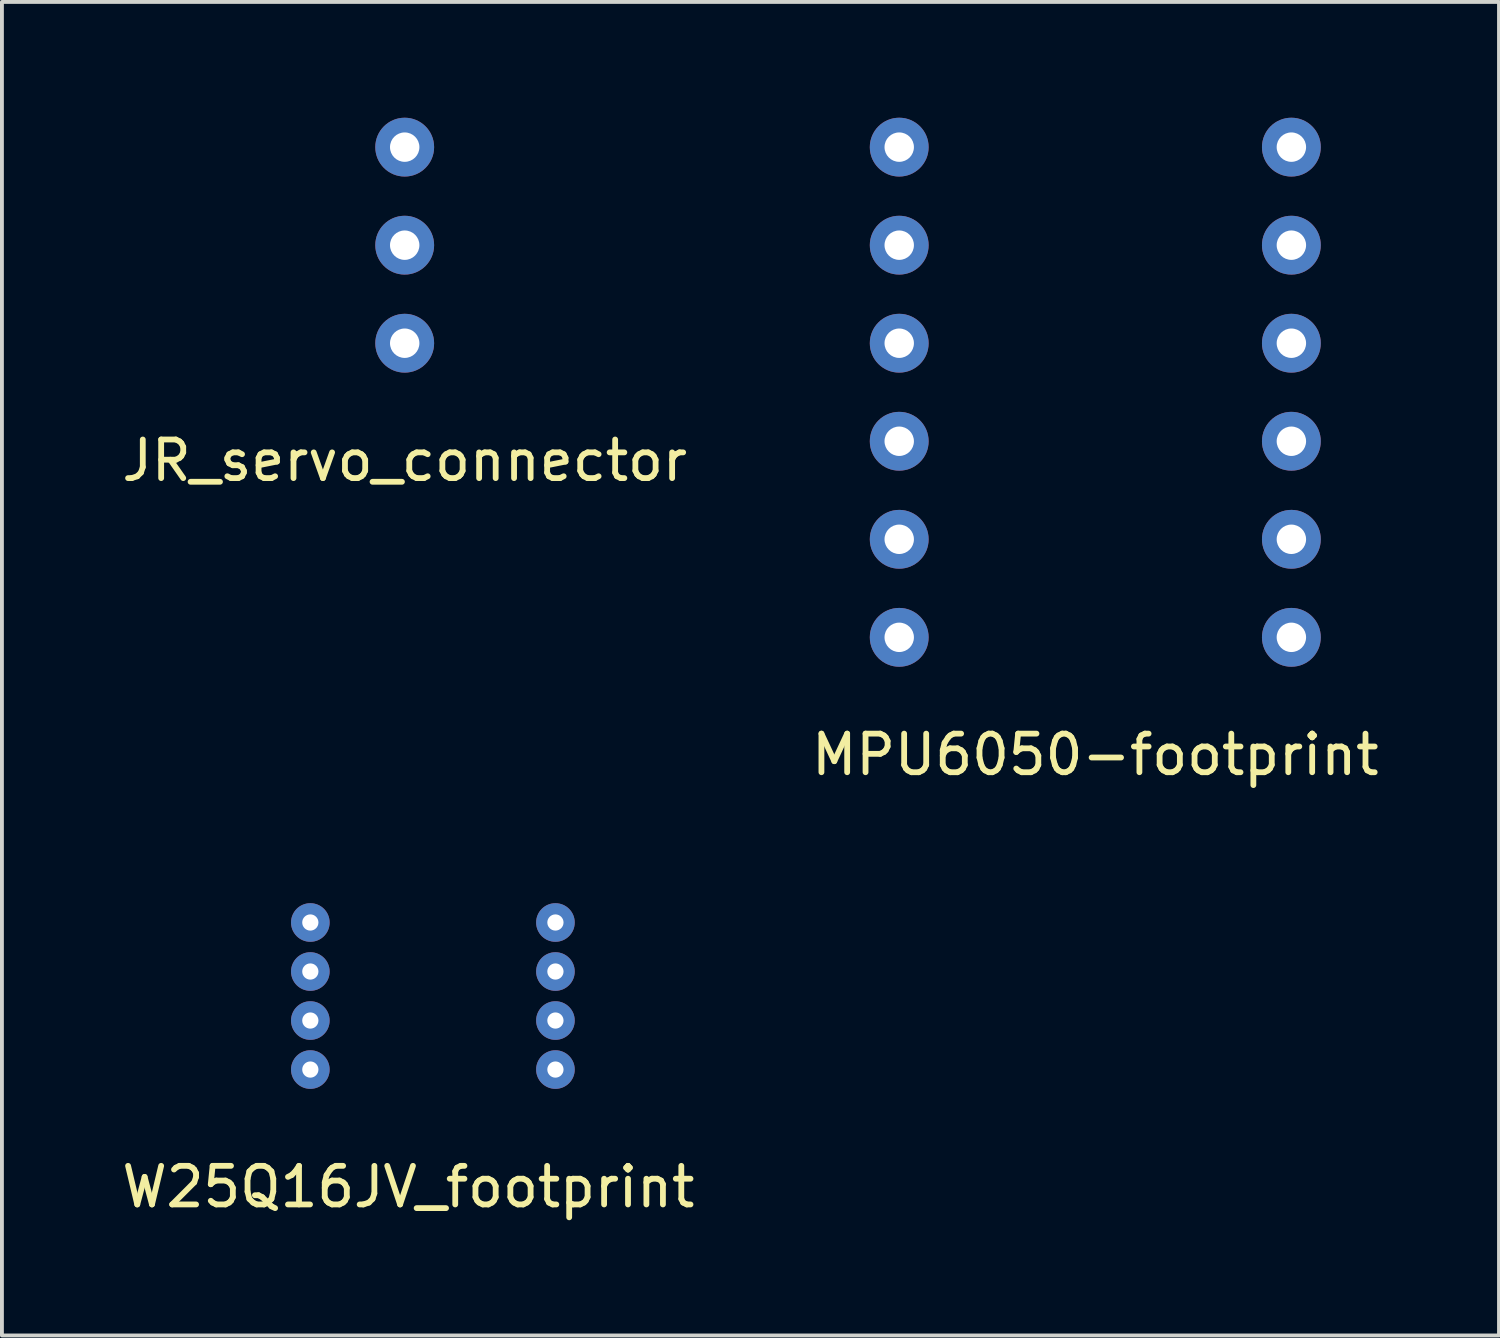
<source format=kicad_pcb>
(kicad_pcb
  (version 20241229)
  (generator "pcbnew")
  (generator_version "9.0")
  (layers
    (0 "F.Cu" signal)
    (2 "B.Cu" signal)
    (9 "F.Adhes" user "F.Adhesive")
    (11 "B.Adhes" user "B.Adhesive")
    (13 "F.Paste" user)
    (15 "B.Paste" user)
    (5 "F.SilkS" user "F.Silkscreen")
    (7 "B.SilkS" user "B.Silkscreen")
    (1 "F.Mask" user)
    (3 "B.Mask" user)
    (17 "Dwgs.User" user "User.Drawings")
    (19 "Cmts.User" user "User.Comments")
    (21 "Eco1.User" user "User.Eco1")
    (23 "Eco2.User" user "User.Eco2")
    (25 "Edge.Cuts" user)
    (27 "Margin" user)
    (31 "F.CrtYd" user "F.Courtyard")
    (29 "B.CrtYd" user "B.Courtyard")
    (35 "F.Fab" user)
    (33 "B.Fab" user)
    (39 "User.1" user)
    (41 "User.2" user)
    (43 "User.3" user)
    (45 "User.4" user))
  (footprint "JR_servo_connector"
    (layer "F.Cu")
    (at 7.435 8.382)
    (property "Reference" "JR_servo_connector" (at 0 0.5 0) (layer "F.SilkS") (effects (font (size 1 1) (thickness 0.15))))
    (attr through_hole)
    (pad "1" thru_hole circle (at 0 -2.54) (size 1.524 1.524) (drill 0.762) (layers "*.Cu" "*.Mask"))
    (pad "2" thru_hole circle (at 0 -5.08) (size 1.524 1.524) (drill 0.762) (layers "*.Cu" "*.Mask"))
    (pad "3" thru_hole circle (at 0 -7.62) (size 1.524 1.524) (drill 0.762) (layers "*.Cu" "*.Mask")))
  (footprint "W25Q16JV_footprint"
    (layer "F.Cu")
    (at 7.53 27.2)
    (property "Reference" "W25Q16JV_footprint" (at 0 0.5 0) (layer "F.SilkS") (effects (font (size 1 1) (thickness 0.15))))
    (attr through_hole)
    (pad "1" thru_hole circle (at -2.54 -6.35) (size 1 1) (drill 0.42) (layers "*.Cu" "*.Mask"))
    (pad "2" thru_hole circle (at -2.54 -5.08) (size 1 1) (drill 0.42) (layers "*.Cu" "*.Mask"))
    (pad "3" thru_hole circle (at -2.54 -3.81) (size 1 1) (drill 0.42) (layers "*.Cu" "*.Mask"))
    (pad "4" thru_hole circle (at -2.54 -2.54) (size 1 1) (drill 0.42) (layers "*.Cu" "*.Mask"))
    (pad "5" thru_hole circle (at 3.81 -2.54) (size 1 1) (drill 0.42) (layers "*.Cu" "*.Mask"))
    (pad "6" thru_hole circle (at 3.81 -3.81) (size 1 1) (drill 0.42) (layers "*.Cu" "*.Mask"))
    (pad "7" thru_hole circle (at 3.81 -5.08) (size 1 1) (drill 0.42) (layers "*.Cu" "*.Mask"))
    (pad "8" thru_hole circle (at 3.81 -6.35) (size 1 1) (drill 0.42) (layers "*.Cu" "*.Mask")))
  (footprint "MPU6050-footprint"
    (layer "F.Cu")
    (at 25.327 16.002)
    (property "Reference" "MPU6050-footprint" (at 0 0.5 0) (layer "F.SilkS") (effects (font (size 1 1) (thickness 0.15))))
    (attr through_hole)
    (pad "1" thru_hole circle (at -5.08 -15.24) (size 1.524 1.524) (drill 0.762) (layers "*.Cu" "*.Mask"))
    (pad "2" thru_hole circle (at -5.08 -12.7) (size 1.524 1.524) (drill 0.762) (layers "*.Cu" "*.Mask"))
    (pad "3" thru_hole circle (at -5.08 -10.16) (size 1.524 1.524) (drill 0.762) (layers "*.Cu" "*.Mask"))
    (pad "4" thru_hole circle (at -5.08 -7.62) (size 1.524 1.524) (drill 0.762) (layers "*.Cu" "*.Mask"))
    (pad "5" thru_hole circle (at -5.08 -5.08) (size 1.524 1.524) (drill 0.762) (layers "*.Cu" "*.Mask"))
    (pad "6" thru_hole circle (at -5.08 -2.54) (size 1.524 1.524) (drill 0.762) (layers "*.Cu" "*.Mask"))
    (pad "7" thru_hole circle (at 5.08 -2.54) (size 1.524 1.524) (drill 0.762) (layers "*.Cu" "*.Mask"))
    (pad "8" thru_hole circle (at 5.08 -5.08) (size 1.524 1.524) (drill 0.762) (layers "*.Cu" "*.Mask"))
    (pad "9" thru_hole circle (at 5.08 -7.62) (size 1.524 1.524) (drill 0.762) (layers "*.Cu" "*.Mask"))
    (pad "10" thru_hole circle (at 5.08 -10.16) (size 1.524 1.524) (drill 0.762) (layers "*.Cu" "*.Mask"))
    (pad "11" thru_hole circle (at 5.08 -12.7) (size 1.524 1.524) (drill 0.762) (layers "*.Cu" "*.Mask"))
    (pad "12" thru_hole circle (at 5.08 -15.24) (size 1.524 1.524) (drill 0.762) (layers "*.Cu" "*.Mask")))
  (gr_rect
    (start -3 -3)
    (end 35.786 31.549)
    (stroke (width 0.1) (type default))
    (fill no)
    (layer "Edge.Cuts")))
</source>
